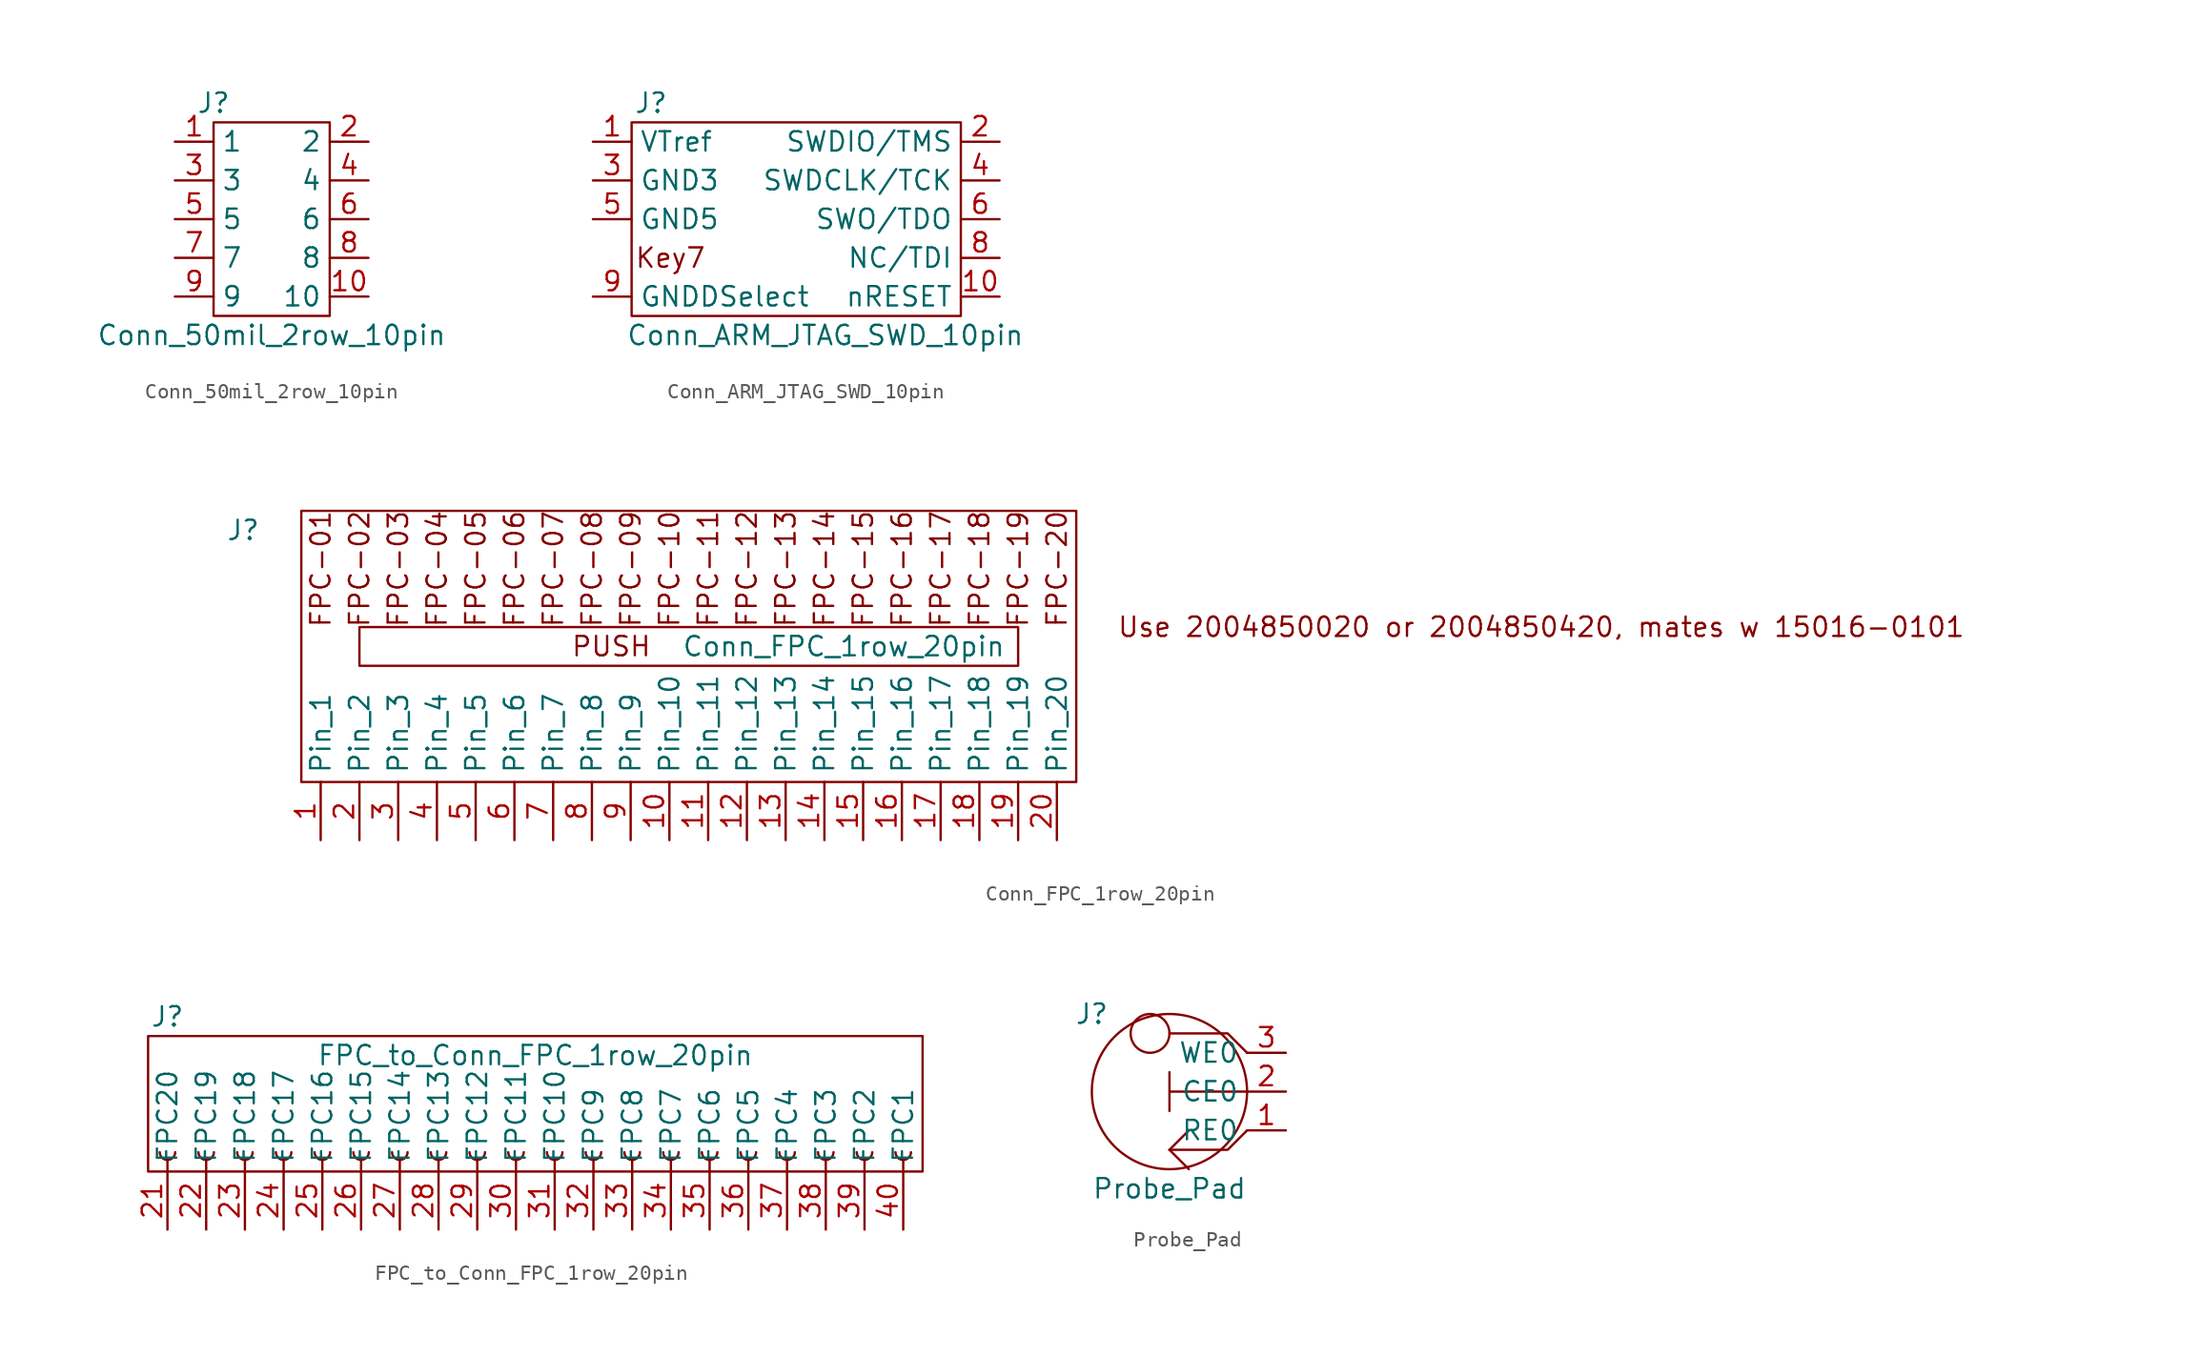
<source format=kicad_sym>
(kicad_symbol_lib
  (version 20211014)
  (generator kicad_symbol_editor)
  (symbol "Conn_50mil_2row_10pin"
    (property "Reference" "J"
      (at -3.81 7.62 0)
      (effects (font (size 1.27 1.27))))
    (property "Value" "Conn_50mil_2row_10pin"
      (at 0 -7.62 0)
      (effects (font (size 1.27 1.27))))
    (symbol "Conn_50mil_2row_10pin_0_1"
      (rectangle (start -3.81 6.35) (end 3.81 -6.35) (stroke (width 0) (type default) (color 0 0 0 0)) (fill (type none))))
    (symbol "Conn_50mil_2row_10pin_1_1"
      (pin passive line (at -6.35 5.08 0) (length 2.54) (name "1" (effects (font (size 1.27 1.27)))) (number "1" (effects (font (size 1.27 1.27)))))
      (pin passive line (at 6.35 -5.08 180) (length 2.54) (name "10" (effects (font (size 1.27 1.27)))) (number "10" (effects (font (size 1.27 1.27)))))
      (pin passive line (at 6.35 5.08 180) (length 2.54) (name "2" (effects (font (size 1.27 1.27)))) (number "2" (effects (font (size 1.27 1.27)))))
      (pin passive line (at -6.35 2.54 0) (length 2.54) (name "3" (effects (font (size 1.27 1.27)))) (number "3" (effects (font (size 1.27 1.27)))))
      (pin passive line (at 6.35 2.54 180) (length 2.54) (name "4" (effects (font (size 1.27 1.27)))) (number "4" (effects (font (size 1.27 1.27)))))
      (pin passive line (at -6.35 0 0) (length 2.54) (name "5" (effects (font (size 1.27 1.27)))) (number "5" (effects (font (size 1.27 1.27)))))
      (pin passive line (at 6.35 0 180) (length 2.54) (name "6" (effects (font (size 1.27 1.27)))) (number "6" (effects (font (size 1.27 1.27)))))
      (pin passive line (at -6.35 -2.54 0) (length 2.54) (name "7" (effects (font (size 1.27 1.27)))) (number "7" (effects (font (size 1.27 1.27)))))
      (pin passive line (at 6.35 -2.54 180) (length 2.54) (name "8" (effects (font (size 1.27 1.27)))) (number "8" (effects (font (size 1.27 1.27)))))
      (pin passive line (at -6.35 -5.08 0) (length 2.54) (name "9" (effects (font (size 1.27 1.27)))) (number "9" (effects (font (size 1.27 1.27)))))))
  (symbol "Conn_ARM_JTAG_SWD_10pin"
    (property "Reference" "J"
      (at -7.62 6.35 0)
      (effects (font (size 1.27 1.27))))
    (property "Value" "Conn_ARM_JTAG_SWD_10pin"
      (at 3.81 -8.89 0)
      (effects (font (size 1.27 1.27))))
    (symbol "Conn_ARM_JTAG_SWD_10pin_0_0"
      (rectangle (start -8.89 5.08) (end 12.7 -7.62) (stroke (width 0) (type default) (color 0 0 0 0)) (fill (type none)))
      (text "Key7" (at -6.35 -3.81 0) (effects (font (size 1.27 1.27)))))
    (symbol "Conn_ARM_JTAG_SWD_10pin_1_1"
      (pin power_in line (at -11.43 3.81 0) (length 2.54) (name "VTref" (effects (font (size 1.27 1.27)))) (number "1" (effects (font (size 1.27 1.27)))))
      (pin passive line (at 15.24 -6.35 180) (length 2.54) (name "nRESET" (effects (font (size 1.27 1.27)))) (number "10" (effects (font (size 1.27 1.27)))))
      (pin passive line (at 15.24 3.81 180) (length 2.54) (name "SWDIO/TMS" (effects (font (size 1.27 1.27)))) (number "2" (effects (font (size 1.27 1.27)))))
      (pin power_in line (at -11.43 1.27 0) (length 2.54) (name "GND3" (effects (font (size 1.27 1.27)))) (number "3" (effects (font (size 1.27 1.27)))))
      (pin passive line (at 15.24 1.27 180) (length 2.54) (name "SWDCLK/TCK" (effects (font (size 1.27 1.27)))) (number "4" (effects (font (size 1.27 1.27)))))
      (pin power_in line (at -11.43 -1.27 0) (length 2.54) (name "GND5" (effects (font (size 1.27 1.27)))) (number "5" (effects (font (size 1.27 1.27)))))
      (pin passive line (at 15.24 -1.27 180) (length 2.54) (name "SWO/TDO" (effects (font (size 1.27 1.27)))) (number "6" (effects (font (size 1.27 1.27)))))
      (pin passive line (at 15.24 -3.81 180) (length 2.54) (name "NC/TDI" (effects (font (size 1.27 1.27)))) (number "8" (effects (font (size 1.27 1.27)))))
      (pin passive line (at -11.43 -6.35 0) (length 2.54) (name "GNDDSelect" (effects (font (size 1.27 1.27)))) (number "9" (effects (font (size 1.27 1.27)))))))
  (symbol "Conn_FPC_1row_20pin"
    (property "Reference" "J"
      (at -29.21 7.62 0)
      (effects (font (size 1.27 1.27))))
    (property "Value" "Conn_FPC_1row_20pin"
      (at 10.16 0 0)
      (effects (font (size 1.27 1.27))))
    (symbol "Conn_FPC_1row_20pin_0_0"
      (rectangle (start -25.4 -8.89) (end 25.4 8.89) (stroke (width 0) (type default) (color 0 0 0 0)) (fill (type none)))
      (rectangle (start -21.59 1.27) (end 21.59 -1.27) (stroke (width 0) (type default) (color 0 0 0 0)) (fill (type none)))
      (text "FPC-01" (at -24.13 5.08 900) (effects (font (size 1.27 1.27))))
      (text "FPC-02" (at -21.59 5.08 900) (effects (font (size 1.27 1.27))))
      (text "FPC-03" (at -19.05 5.08 900) (effects (font (size 1.27 1.27))))
      (text "FPC-04" (at -16.51 5.08 900) (effects (font (size 1.27 1.27))))
      (text "FPC-05" (at -13.97 5.08 900) (effects (font (size 1.27 1.27))))
      (text "FPC-06" (at -11.43 5.08 900) (effects (font (size 1.27 1.27))))
      (text "FPC-07" (at -8.89 5.08 900) (effects (font (size 1.27 1.27))))
      (text "FPC-08" (at -6.35 5.08 900) (effects (font (size 1.27 1.27))))
      (text "FPC-09" (at -3.81 5.08 900) (effects (font (size 1.27 1.27))))
      (text "FPC-10" (at -1.27 5.08 900) (effects (font (size 1.27 1.27))))
      (text "FPC-11" (at 1.27 5.08 900) (effects (font (size 1.27 1.27))))
      (text "FPC-12" (at 3.81 5.08 900) (effects (font (size 1.27 1.27))))
      (text "FPC-13" (at 6.35 5.08 900) (effects (font (size 1.27 1.27))))
      (text "FPC-14" (at 8.89 5.08 900) (effects (font (size 1.27 1.27))))
      (text "FPC-15" (at 11.43 5.08 900) (effects (font (size 1.27 1.27))))
      (text "FPC-16" (at 13.97 5.08 900) (effects (font (size 1.27 1.27))))
      (text "FPC-17" (at 16.51 5.08 900) (effects (font (size 1.27 1.27))))
      (text "FPC-18" (at 19.05 5.08 900) (effects (font (size 1.27 1.27))))
      (text "FPC-19" (at 21.59 5.08 900) (effects (font (size 1.27 1.27))))
      (text "FPC-20" (at 24.13 5.08 900) (effects (font (size 1.27 1.27))))
      (text "PUSH" (at -5.08 0 0) (effects (font (size 1.27 1.27))))
      (text "Use 2004850020 or 2004850420, mates w 15016-0101" (at 55.88 1.27 0) (effects (font (size 1.27 1.27)))))
    (symbol "Conn_FPC_1row_20pin_1_1"
      (pin passive line (at -24.13 -12.7 90) (length 3.81) (name "Pin_1" (effects (font (size 1.27 1.27)))) (number "1" (effects (font (size 1.27 1.27)))))
      (pin passive line (at -1.27 -12.7 90) (length 3.81) (name "Pin_10" (effects (font (size 1.27 1.27)))) (number "10" (effects (font (size 1.27 1.27)))))
      (pin passive line (at 1.27 -12.7 90) (length 3.81) (name "Pin_11" (effects (font (size 1.27 1.27)))) (number "11" (effects (font (size 1.27 1.27)))))
      (pin passive line (at 3.81 -12.7 90) (length 3.81) (name "Pin_12" (effects (font (size 1.27 1.27)))) (number "12" (effects (font (size 1.27 1.27)))))
      (pin passive line (at 6.35 -12.7 90) (length 3.81) (name "Pin_13" (effects (font (size 1.27 1.27)))) (number "13" (effects (font (size 1.27 1.27)))))
      (pin passive line (at 8.89 -12.7 90) (length 3.81) (name "Pin_14" (effects (font (size 1.27 1.27)))) (number "14" (effects (font (size 1.27 1.27)))))
      (pin passive line (at 11.43 -12.7 90) (length 3.81) (name "Pin_15" (effects (font (size 1.27 1.27)))) (number "15" (effects (font (size 1.27 1.27)))))
      (pin passive line (at 13.97 -12.7 90) (length 3.81) (name "Pin_16" (effects (font (size 1.27 1.27)))) (number "16" (effects (font (size 1.27 1.27)))))
      (pin passive line (at 16.51 -12.7 90) (length 3.81) (name "Pin_17" (effects (font (size 1.27 1.27)))) (number "17" (effects (font (size 1.27 1.27)))))
      (pin passive line (at 19.05 -12.7 90) (length 3.81) (name "Pin_18" (effects (font (size 1.27 1.27)))) (number "18" (effects (font (size 1.27 1.27)))))
      (pin passive line (at 21.59 -12.7 90) (length 3.81) (name "Pin_19" (effects (font (size 1.27 1.27)))) (number "19" (effects (font (size 1.27 1.27)))))
      (pin passive line (at -21.59 -12.7 90) (length 3.81) (name "Pin_2" (effects (font (size 1.27 1.27)))) (number "2" (effects (font (size 1.27 1.27)))))
      (pin passive line (at 24.13 -12.7 90) (length 3.81) (name "Pin_20" (effects (font (size 1.27 1.27)))) (number "20" (effects (font (size 1.27 1.27)))))
      (pin passive line (at -19.05 -12.7 90) (length 3.81) (name "Pin_3" (effects (font (size 1.27 1.27)))) (number "3" (effects (font (size 1.27 1.27)))))
      (pin passive line (at -16.51 -12.7 90) (length 3.81) (name "Pin_4" (effects (font (size 1.27 1.27)))) (number "4" (effects (font (size 1.27 1.27)))))
      (pin passive line (at -13.97 -12.7 90) (length 3.81) (name "Pin_5" (effects (font (size 1.27 1.27)))) (number "5" (effects (font (size 1.27 1.27)))))
      (pin passive line (at -11.43 -12.7 90) (length 3.81) (name "Pin_6" (effects (font (size 1.27 1.27)))) (number "6" (effects (font (size 1.27 1.27)))))
      (pin passive line (at -8.89 -12.7 90) (length 3.81) (name "Pin_7" (effects (font (size 1.27 1.27)))) (number "7" (effects (font (size 1.27 1.27)))))
      (pin passive line (at -6.35 -12.7 90) (length 3.81) (name "Pin_8" (effects (font (size 1.27 1.27)))) (number "8" (effects (font (size 1.27 1.27)))))
      (pin passive line (at -3.81 -12.7 90) (length 3.81) (name "Pin_9" (effects (font (size 1.27 1.27)))) (number "9" (effects (font (size 1.27 1.27)))))))
  (symbol "FPC_to_Conn_FPC_1row_20pin"
    (property "Reference" "J"
      (at -24.13 6.35 0)
      (effects (font (size 1.27 1.27))))
    (property "Value" "FPC_to_Conn_FPC_1row_20pin"
      (at 0 3.81 0)
      (effects (font (size 1.27 1.27))))
    (symbol "FPC_to_Conn_FPC_1row_20pin_0_1"
      (rectangle (start -25.4 -3.81) (end 25.4 5.08) (stroke (width 0) (type default) (color 0 0 0 0)) (fill (type none))))
    (symbol "FPC_to_Conn_FPC_1row_20pin_1_1"
      (arc (start -24.638 -2.54) (mid -24.13 -3.048) (end -23.622 -2.54) (stroke (width 0.1524) (type default) (color 0 0 0 0)) (fill (type none)))
      (arc (start -22.098 -2.54) (mid -21.59 -3.048) (end -21.082 -2.54) (stroke (width 0.1524) (type default) (color 0 0 0 0)) (fill (type none)))
      (arc (start -19.558 -2.54) (mid -19.05 -3.048) (end -18.542 -2.54) (stroke (width 0.1524) (type default) (color 0 0 0 0)) (fill (type none)))
      (arc (start -17.018 -2.54) (mid -16.51 -3.048) (end -16.002 -2.54) (stroke (width 0.1524) (type default) (color 0 0 0 0)) (fill (type none)))
      (arc (start -14.478 -2.54) (mid -13.97 -3.048) (end -13.462 -2.54) (stroke (width 0.1524) (type default) (color 0 0 0 0)) (fill (type none)))
      (arc (start -11.938 -2.54) (mid -11.43 -3.048) (end -10.922 -2.54) (stroke (width 0.1524) (type default) (color 0 0 0 0)) (fill (type none)))
      (arc (start -9.398 -2.54) (mid -8.89 -3.048) (end -8.382 -2.54) (stroke (width 0.1524) (type default) (color 0 0 0 0)) (fill (type none)))
      (arc (start -6.858 -2.54) (mid -6.35 -3.048) (end -5.842 -2.54) (stroke (width 0.1524) (type default) (color 0 0 0 0)) (fill (type none)))
      (arc (start -4.318 -2.54) (mid -3.81 -3.048) (end -3.302 -2.54) (stroke (width 0.1524) (type default) (color 0 0 0 0)) (fill (type none)))
      (arc (start -1.778 -2.54) (mid -1.27 -3.048) (end -0.762 -2.54) (stroke (width 0.1524) (type default) (color 0 0 0 0)) (fill (type none)))
      (polyline (pts (xy -24.13 -3.81) (xy -24.13 -3.048)) (stroke (width 0.152) (type default) (color 0 0 0 0)) (fill (type none)))
      (polyline (pts (xy -21.59 -3.81) (xy -21.59 -3.048)) (stroke (width 0.152) (type default) (color 0 0 0 0)) (fill (type none)))
      (polyline (pts (xy -19.05 -3.81) (xy -19.05 -3.048)) (stroke (width 0.152) (type default) (color 0 0 0 0)) (fill (type none)))
      (polyline (pts (xy -16.51 -3.81) (xy -16.51 -3.048)) (stroke (width 0.152) (type default) (color 0 0 0 0)) (fill (type none)))
      (polyline (pts (xy -13.97 -3.81) (xy -13.97 -3.048)) (stroke (width 0.152) (type default) (color 0 0 0 0)) (fill (type none)))
      (polyline (pts (xy -11.43 -3.81) (xy -11.43 -3.048)) (stroke (width 0.152) (type default) (color 0 0 0 0)) (fill (type none)))
      (polyline (pts (xy -8.89 -3.81) (xy -8.89 -3.048)) (stroke (width 0.152) (type default) (color 0 0 0 0)) (fill (type none)))
      (polyline (pts (xy -6.35 -3.81) (xy -6.35 -3.048)) (stroke (width 0.152) (type default) (color 0 0 0 0)) (fill (type none)))
      (polyline (pts (xy -3.81 -3.81) (xy -3.81 -3.048)) (stroke (width 0.152) (type default) (color 0 0 0 0)) (fill (type none)))
      (polyline (pts (xy -1.27 -3.81) (xy -1.27 -3.048)) (stroke (width 0.152) (type default) (color 0 0 0 0)) (fill (type none)))
      (polyline (pts (xy 1.27 -3.81) (xy 1.27 -3.048)) (stroke (width 0.152) (type default) (color 0 0 0 0)) (fill (type none)))
      (polyline (pts (xy 3.81 -3.81) (xy 3.81 -3.048)) (stroke (width 0.152) (type default) (color 0 0 0 0)) (fill (type none)))
      (polyline (pts (xy 6.35 -3.81) (xy 6.35 -3.048)) (stroke (width 0.152) (type default) (color 0 0 0 0)) (fill (type none)))
      (polyline (pts (xy 8.89 -3.81) (xy 8.89 -3.048)) (stroke (width 0.152) (type default) (color 0 0 0 0)) (fill (type none)))
      (polyline (pts (xy 11.43 -3.81) (xy 11.43 -3.048)) (stroke (width 0.152) (type default) (color 0 0 0 0)) (fill (type none)))
      (polyline (pts (xy 13.97 -3.81) (xy 13.97 -3.048)) (stroke (width 0.152) (type default) (color 0 0 0 0)) (fill (type none)))
      (polyline (pts (xy 16.51 -3.81) (xy 16.51 -3.048)) (stroke (width 0.152) (type default) (color 0 0 0 0)) (fill (type none)))
      (polyline (pts (xy 19.05 -3.81) (xy 19.05 -3.048)) (stroke (width 0.152) (type default) (color 0 0 0 0)) (fill (type none)))
      (polyline (pts (xy 21.59 -3.81) (xy 21.59 -3.048)) (stroke (width 0.152) (type default) (color 0 0 0 0)) (fill (type none)))
      (polyline (pts (xy 24.13 -3.81) (xy 24.13 -3.048)) (stroke (width 0.152) (type default) (color 0 0 0 0)) (fill (type none)))
      (arc (start 0.762 -2.54) (mid 1.27 -3.048) (end 1.778 -2.54) (stroke (width 0.1524) (type default) (color 0 0 0 0)) (fill (type none)))
      (arc (start 3.302 -2.54) (mid 3.81 -3.048) (end 4.318 -2.54) (stroke (width 0.1524) (type default) (color 0 0 0 0)) (fill (type none)))
      (arc (start 5.842 -2.54) (mid 6.35 -3.048) (end 6.858 -2.54) (stroke (width 0.1524) (type default) (color 0 0 0 0)) (fill (type none)))
      (arc (start 8.382 -2.54) (mid 8.89 -3.048) (end 9.398 -2.54) (stroke (width 0.1524) (type default) (color 0 0 0 0)) (fill (type none)))
      (arc (start 10.922 -2.54) (mid 11.43 -3.048) (end 11.938 -2.54) (stroke (width 0.1524) (type default) (color 0 0 0 0)) (fill (type none)))
      (arc (start 13.462 -2.54) (mid 13.97 -3.048) (end 14.478 -2.54) (stroke (width 0.1524) (type default) (color 0 0 0 0)) (fill (type none)))
      (arc (start 16.002 -2.54) (mid 16.51 -3.048) (end 17.018 -2.54) (stroke (width 0.1524) (type default) (color 0 0 0 0)) (fill (type none)))
      (arc (start 18.542 -2.54) (mid 19.05 -3.048) (end 19.558 -2.54) (stroke (width 0.1524) (type default) (color 0 0 0 0)) (fill (type none)))
      (arc (start 21.082 -2.54) (mid 21.59 -3.048) (end 22.098 -2.54) (stroke (width 0.1524) (type default) (color 0 0 0 0)) (fill (type none)))
      (arc (start 23.622 -2.54) (mid 24.13 -3.048) (end 24.638 -2.54) (stroke (width 0.1524) (type default) (color 0 0 0 0)) (fill (type none)))
      (pin passive line (at -24.13 -7.62 90) (length 3.81) (name "FPC20" (effects (font (size 1.27 1.27)))) (number "21" (effects (font (size 1.27 1.27)))))
      (pin passive line (at -21.59 -7.62 90) (length 3.81) (name "FPC19" (effects (font (size 1.27 1.27)))) (number "22" (effects (font (size 1.27 1.27)))))
      (pin passive line (at -19.05 -7.62 90) (length 3.81) (name "FPC18" (effects (font (size 1.27 1.27)))) (number "23" (effects (font (size 1.27 1.27)))))
      (pin passive line (at -16.51 -7.62 90) (length 3.81) (name "FPC17" (effects (font (size 1.27 1.27)))) (number "24" (effects (font (size 1.27 1.27)))))
      (pin passive line (at -13.97 -7.62 90) (length 3.81) (name "FPC16" (effects (font (size 1.27 1.27)))) (number "25" (effects (font (size 1.27 1.27)))))
      (pin passive line (at -11.43 -7.62 90) (length 3.81) (name "FPC15" (effects (font (size 1.27 1.27)))) (number "26" (effects (font (size 1.27 1.27)))))
      (pin passive line (at -8.89 -7.62 90) (length 3.81) (name "FPC14" (effects (font (size 1.27 1.27)))) (number "27" (effects (font (size 1.27 1.27)))))
      (pin passive line (at -6.35 -7.62 90) (length 3.81) (name "FPC13" (effects (font (size 1.27 1.27)))) (number "28" (effects (font (size 1.27 1.27)))))
      (pin passive line (at -3.81 -7.62 90) (length 3.81) (name "FPC12" (effects (font (size 1.27 1.27)))) (number "29" (effects (font (size 1.27 1.27)))))
      (pin passive line (at -1.27 -7.62 90) (length 3.81) (name "FPC11" (effects (font (size 1.27 1.27)))) (number "30" (effects (font (size 1.27 1.27)))))
      (pin passive line (at 1.27 -7.62 90) (length 3.81) (name "FPC10" (effects (font (size 1.27 1.27)))) (number "31" (effects (font (size 1.27 1.27)))))
      (pin passive line (at 3.81 -7.62 90) (length 3.81) (name "FPC9" (effects (font (size 1.27 1.27)))) (number "32" (effects (font (size 1.27 1.27)))))
      (pin passive line (at 6.35 -7.62 90) (length 3.81) (name "FPC8" (effects (font (size 1.27 1.27)))) (number "33" (effects (font (size 1.27 1.27)))))
      (pin passive line (at 8.89 -7.62 90) (length 3.81) (name "FPC7" (effects (font (size 1.27 1.27)))) (number "34" (effects (font (size 1.27 1.27)))))
      (pin passive line (at 11.43 -7.62 90) (length 3.81) (name "FPC6" (effects (font (size 1.27 1.27)))) (number "35" (effects (font (size 1.27 1.27)))))
      (pin passive line (at 13.97 -7.62 90) (length 3.81) (name "FPC5" (effects (font (size 1.27 1.27)))) (number "36" (effects (font (size 1.27 1.27)))))
      (pin passive line (at 16.51 -7.62 90) (length 3.81) (name "FPC4" (effects (font (size 1.27 1.27)))) (number "37" (effects (font (size 1.27 1.27)))))
      (pin passive line (at 19.05 -7.62 90) (length 3.81) (name "FPC3" (effects (font (size 1.27 1.27)))) (number "38" (effects (font (size 1.27 1.27)))))
      (pin passive line (at 21.59 -7.62 90) (length 3.81) (name "FPC2" (effects (font (size 1.27 1.27)))) (number "39" (effects (font (size 1.27 1.27)))))
      (pin passive line (at 24.13 -7.62 90) (length 3.81) (name "FPC1" (effects (font (size 1.27 1.27)))) (number "40" (effects (font (size 1.27 1.27)))))))
  (symbol "Probe_Pad"
    (property "Reference" "J"
      (at -5.08 5.08 0)
      (effects (font (size 1.27 1.27))))
    (property "Value" "Probe_Pad"
      (at 0 -6.35 0)
      (effects (font (size 1.27 1.27))))
    (symbol "Probe_Pad_0_1"
      (circle (center -1.27 3.81) (radius 1.27) (stroke (width 0) (type default) (color 0 0 0 0)) (fill (type none)))
      (polyline (pts (xy 0 -3.81) (xy 1.27 -5.08)) (stroke (width 0) (type default) (color 0 0 0 0)) (fill (type none)))
      (polyline (pts (xy 0 -3.81) (xy 1.27 -2.54)) (stroke (width 0) (type default) (color 0 0 0 0)) (fill (type none)))
      (polyline (pts (xy 5.08 -2.54) (xy 3.81 -3.81) (xy 0 -3.81)) (stroke (width 0) (type default) (color 0 0 0 0)) (fill (type none)))
      (polyline (pts (xy 5.08 2.54) (xy 3.81 3.81) (xy 0 3.81)) (stroke (width 0) (type default) (color 0 0 0 0)) (fill (type none)))
      (polyline (pts (xy 5.08 0) (xy 0 0) (xy 0 1.27) (xy 0 -1.27)) (stroke (width 0) (type default) (color 0 0 0 0)) (fill (type none)))
      (circle (center 0 0) (radius 5.08) (stroke (width 0) (type default) (color 0 0 0 0)) (fill (type none))))
    (symbol "Probe_Pad_1_1"
      (pin passive line (at 7.62 -2.54 180) (length 2.54) (name "RE0" (effects (font (size 1.27 1.27)))) (number "1" (effects (font (size 1.27 1.27)))))
      (pin passive line (at 7.62 0 180) (length 2.54) (name "CE0" (effects (font (size 1.27 1.27)))) (number "2" (effects (font (size 1.27 1.27)))))
      (pin passive line (at 7.62 2.54 180) (length 2.54) (name "WE0" (effects (font (size 1.27 1.27)))) (number "3" (effects (font (size 1.27 1.27))))))))
</source>
